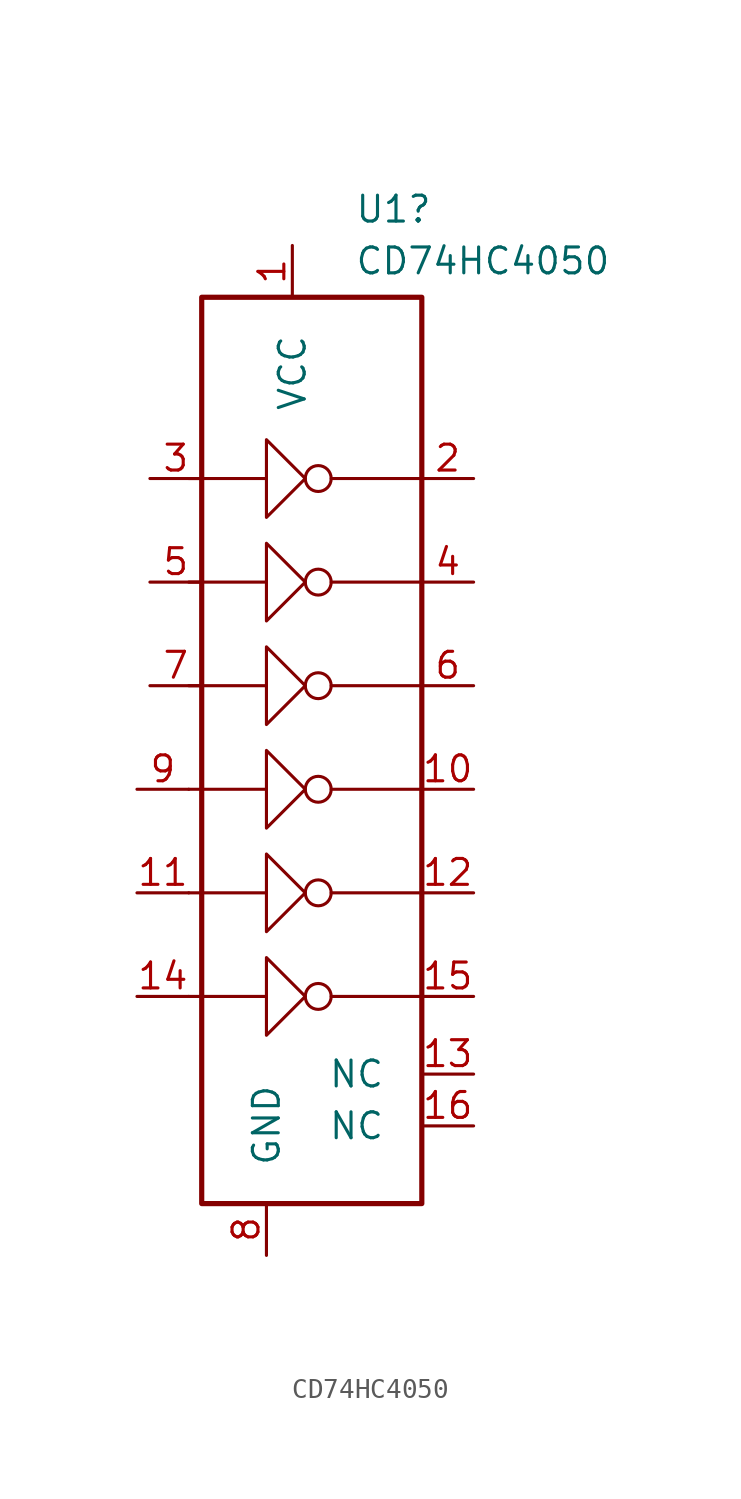
<source format=kicad_sym>
(kicad_symbol_lib
  (version 20241209)
  (generator "kicad_symbol_editor")
  (generator_version "9.0")
  (symbol "CD74HC4050"
    (pin_names
      (offset 1.8))
    (property "Reference" "U1"
      (at 1.778 25.908 0)
      (effects (font (size 1.27 1.27)) (justify left)))
    (property "Value" "CD74HC4050"
      (at 1.778 23.368 0)
      (effects (font (size 1.27 1.27)) (justify left)))
    (property "Datasheet" ""
      (at 0 -15 0)
      (effects (font (size 1.27 1.27))))
    (symbol "CD74HC4050_0_1"
      (polyline (pts (xy -6.35 12.7) (xy -2.54 12.7)) (stroke (width 0) (type default)) (fill (type none)))
      (polyline (pts (xy -6.35 7.62) (xy -2.54 7.62)) (stroke (width 0) (type default)) (fill (type none)))
      (polyline (pts (xy -6.35 2.54) (xy -2.54 2.54)) (stroke (width 0) (type default)) (fill (type none)))
      (polyline (pts (xy -6.35 -2.54) (xy -2.54 -2.54)) (stroke (width 0) (type default)) (fill (type none)))
      (polyline (pts (xy -6.35 -7.62) (xy -2.54 -7.62)) (stroke (width 0) (type default)) (fill (type none)))
      (polyline (pts (xy -6.35 -12.7) (xy -2.54 -12.7)) (stroke (width 0) (type default)) (fill (type none)))
      (polyline (pts (xy -2.54 14.605) (xy -2.54 10.795) (xy -0.635 12.7) (xy -2.54 14.605)) (stroke (width 0) (type default)) (fill (type none)))
      (polyline (pts (xy -2.54 9.525) (xy -2.54 5.715) (xy -0.635 7.62) (xy -2.54 9.525)) (stroke (width 0) (type default)) (fill (type none)))
      (polyline (pts (xy -2.54 4.445) (xy -2.54 0.635) (xy -0.635 2.54) (xy -2.54 4.445)) (stroke (width 0) (type default)) (fill (type none)))
      (polyline (pts (xy -2.54 -0.635) (xy -2.54 -4.445) (xy -0.635 -2.54) (xy -2.54 -0.635)) (stroke (width 0) (type default)) (fill (type none)))
      (polyline (pts (xy -2.54 -5.715) (xy -2.54 -9.525) (xy -0.635 -7.62) (xy -2.54 -5.715)) (stroke (width 0) (type default)) (fill (type none)))
      (polyline (pts (xy -2.54 -10.795) (xy -2.54 -14.605) (xy -0.635 -12.7) (xy -2.54 -10.795)) (stroke (width 0) (type default)) (fill (type none)))
      (circle (center 0 12.7) (radius 0.635) (stroke (width 0) (type default)) (fill (type none)))
      (circle (center 0 7.62) (radius 0.635) (stroke (width 0) (type default)) (fill (type none)))
      (circle (center 0 2.54) (radius 0.635) (stroke (width 0) (type default)) (fill (type none)))
      (circle (center 0 -2.54) (radius 0.635) (stroke (width 0) (type default)) (fill (type none)))
      (circle (center 0 -7.62) (radius 0.635) (stroke (width 0) (type default)) (fill (type none)))
      (circle (center 0 -12.7) (radius 0.635) (stroke (width 0) (type default)) (fill (type none)))
      (polyline (pts (xy 0.635 12.7) (xy 5.08 12.7)) (stroke (width 0) (type default)) (fill (type none)))
      (polyline (pts (xy 0.635 7.62) (xy 5.08 7.62)) (stroke (width 0) (type default)) (fill (type none)))
      (polyline (pts (xy 0.635 2.54) (xy 5.08 2.54)) (stroke (width 0) (type default)) (fill (type none)))
      (polyline (pts (xy 0.635 -2.54) (xy 5.08 -2.54)) (stroke (width 0) (type default)) (fill (type none)))
      (polyline (pts (xy 0.635 -7.62) (xy 5.08 -7.62)) (stroke (width 0) (type default)) (fill (type none)))
      (polyline (pts (xy 0.635 -12.7) (xy 5.08 -12.7)) (stroke (width 0) (type default)) (fill (type none))))
    (symbol "CD74HC4050_1_1"
      (rectangle (start -5.715 21.59) (end 5.08 -22.86) (stroke (width 0.254) (type default)) (fill (type none)))
      (pin input line (at -8.89 -2.54 0) (length 2.54) (name "" (effects (font (size 1.27 1.27)))) (number "9" (effects (font (size 1.27 1.27)))))
      (pin input line (at -8.89 -7.62 0) (length 2.54) (name "" (effects (font (size 1.27 1.27)))) (number "11" (effects (font (size 1.27 1.27)))))
      (pin input line (at -8.89 -12.7 0) (length 2.54) (name "" (effects (font (size 1.27 1.27)))) (number "14" (effects (font (size 1.27 1.27)))))
      (pin input line (at -8.255 12.7 0) (length 2.54) (name "" (effects (font (size 1.27 1.27)))) (number "3" (effects (font (size 1.27 1.27)))))
      (pin input line (at -8.255 7.62 0) (length 2.54) (name "" (effects (font (size 1.27 1.27)))) (number "5" (effects (font (size 1.27 1.27)))))
      (pin input line (at -8.255 2.54 0) (length 2.54) (name "" (effects (font (size 1.27 1.27)))) (number "7" (effects (font (size 1.27 1.27)))))
      (pin power_in line (at -2.54 -25.4 90) (length 2.54) (name "GND" (effects (font (size 1.27 1.27)))) (number "8" (effects (font (size 1.27 1.27)))))
      (pin power_in line (at -1.27 24.13 270) (length 2.54) (name "VCC" (effects (font (size 1.27 1.27)))) (number "1" (effects (font (size 1.27 1.27)))))
      (pin output line (at 7.62 12.7 180) (length 2.54) (name "" (effects (font (size 1.27 1.27)))) (number "2" (effects (font (size 1.27 1.27)))))
      (pin output line (at 7.62 7.62 180) (length 2.54) (name "" (effects (font (size 1.27 1.27)))) (number "4" (effects (font (size 1.27 1.27)))))
      (pin output line (at 7.62 2.54 180) (length 2.54) (name "" (effects (font (size 1.27 1.27)))) (number "6" (effects (font (size 1.27 1.27)))))
      (pin output line (at 7.62 -2.54 180) (length 2.54) (name "" (effects (font (size 1.27 1.27)))) (number "10" (effects (font (size 1.27 1.27)))))
      (pin output line (at 7.62 -7.62 180) (length 2.54) (name "" (effects (font (size 1.27 1.27)))) (number "12" (effects (font (size 1.27 1.27)))))
      (pin output line (at 7.62 -12.7 180) (length 2.54) (name "" (effects (font (size 1.27 1.27)))) (number "15" (effects (font (size 1.27 1.27)))))
      (pin passive line (at 7.62 -16.51 180) (length 2.54) (name "NC" (effects (font (size 1.27 1.27)))) (number "13" (effects (font (size 1.27 1.27)))))
      (pin passive line (at 7.62 -19.05 180) (length 2.54) (name "NC" (effects (font (size 1.27 1.27)))) (number "16" (effects (font (size 1.27 1.27))))))))
</source>
